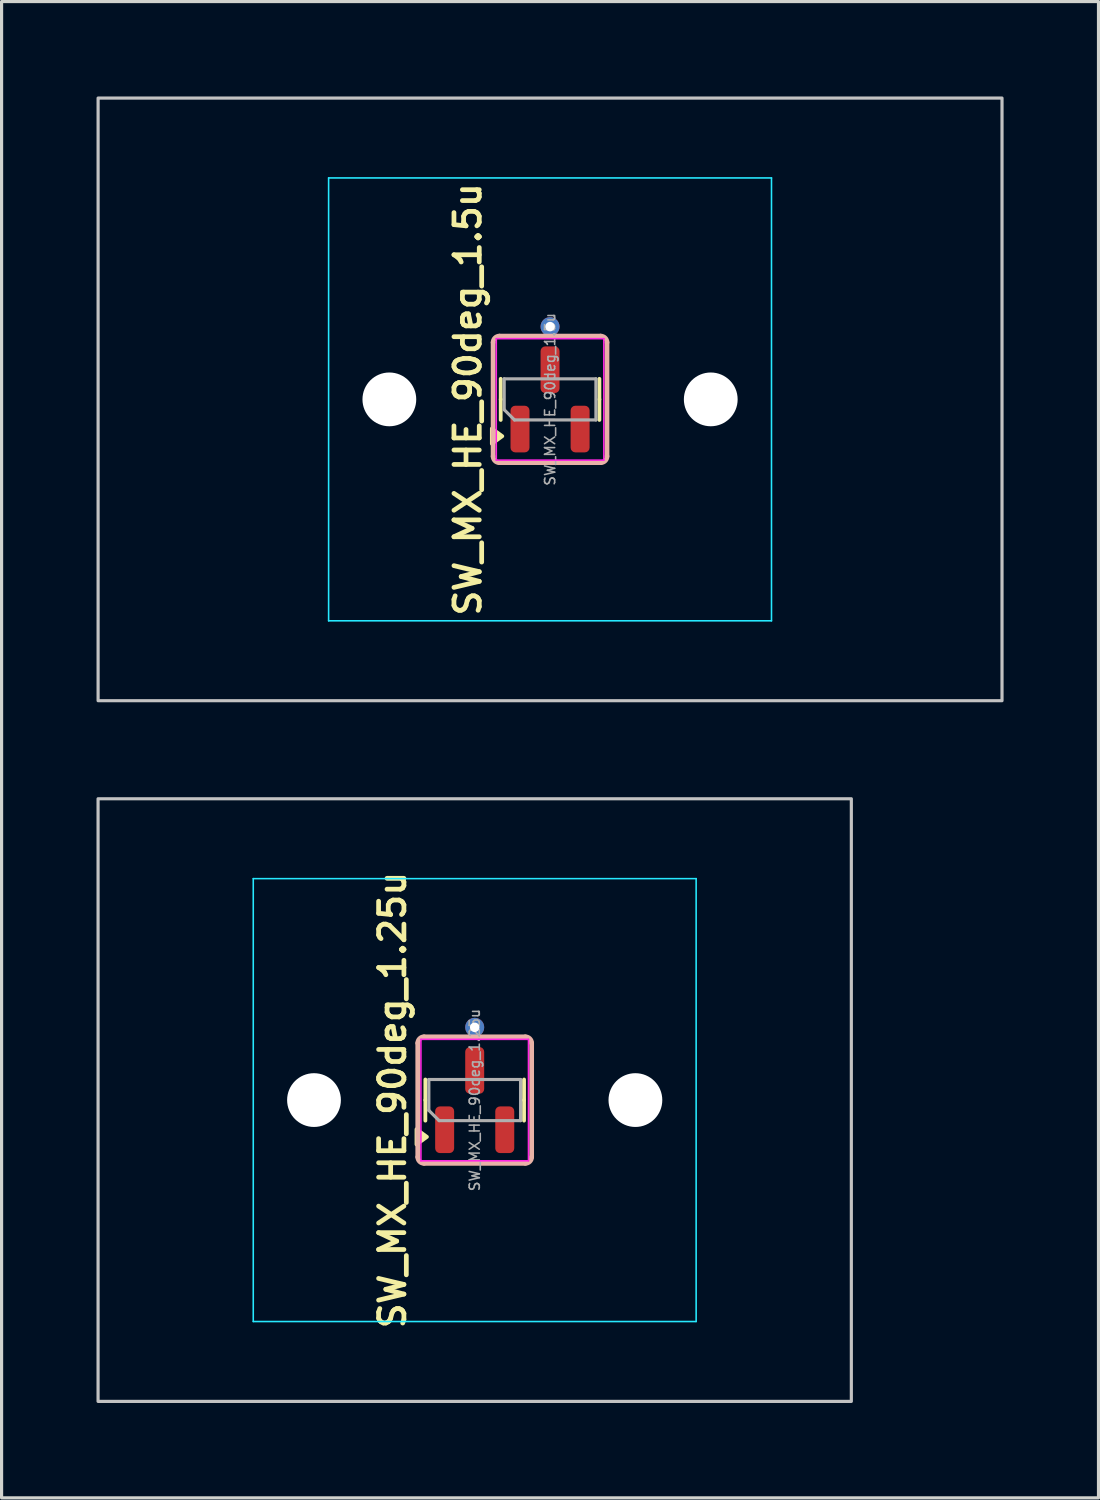
<source format=kicad_pcb>
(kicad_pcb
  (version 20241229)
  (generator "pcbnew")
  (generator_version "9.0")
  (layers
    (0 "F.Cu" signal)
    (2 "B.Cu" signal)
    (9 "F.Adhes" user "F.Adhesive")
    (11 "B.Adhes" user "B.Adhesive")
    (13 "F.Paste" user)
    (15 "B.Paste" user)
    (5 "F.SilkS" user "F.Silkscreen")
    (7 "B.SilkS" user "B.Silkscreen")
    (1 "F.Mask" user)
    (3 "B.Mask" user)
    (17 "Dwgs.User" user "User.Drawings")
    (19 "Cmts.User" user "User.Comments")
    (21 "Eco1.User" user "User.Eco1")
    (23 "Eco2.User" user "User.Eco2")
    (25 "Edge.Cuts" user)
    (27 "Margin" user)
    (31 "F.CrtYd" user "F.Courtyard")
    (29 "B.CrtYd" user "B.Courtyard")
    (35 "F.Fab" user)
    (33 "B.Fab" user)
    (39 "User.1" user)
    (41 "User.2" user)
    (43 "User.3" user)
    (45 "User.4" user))
  (footprint "SW_MX_HE_90deg_1.5u"
    (layer "F.Cu")
    (at 14.338 9.575)
    (property "Reference" "SW_MX_HE_90deg_1.5u" (at -2.6 0 90) (layer "F.SilkS") (effects (font (size 0.8 0.8) (thickness 0.15))))
    (attr smd)
    (fp_line (start -1.56 0) (end -1.56 -0.65) (stroke (width 0.12) (type solid)) (layer "F.SilkS"))
    (fp_line (start -1.56 0) (end -1.56 0.65) (stroke (width 0.12) (type solid)) (layer "F.SilkS"))
    (fp_line (start 1.56 0) (end 1.56 -0.65) (stroke (width 0.12) (type solid)) (layer "F.SilkS"))
    (fp_line (start 1.56 0) (end 1.56 0.65) (stroke (width 0.12) (type solid)) (layer "F.SilkS"))
    (fp_poly (pts (xy -1.51 1.163) (xy -1.84 1.403) (xy -1.84 0.922) (xy -1.51 1.163)) (stroke (width 0.12) (type solid)) (fill yes) (layer "F.SilkS"))
    (fp_line (start -1.8 -1.8) (end -1.8 1.8) (stroke (width 0.15) (type default)) (layer "B.SilkS"))
    (fp_line (start -1.6 2) (end 1.6 2) (stroke (width 0.15) (type default)) (layer "B.SilkS"))
    (fp_line (start 1.6 -2) (end -1.6 -2) (stroke (width 0.15) (type default)) (layer "B.SilkS"))
    (fp_line (start 1.8 1.8) (end 1.8 -1.8) (stroke (width 0.15) (type default)) (layer "B.SilkS"))
    (fp_arc (start -1.8 -1.8) (mid -1.741421 -1.941421) (end -1.6 -2) (stroke (width 0.15) (type default)) (layer "B.SilkS"))
    (fp_arc (start -1.6 2) (mid -1.741421 1.941421) (end -1.8 1.8) (stroke (width 0.15) (type default)) (layer "B.SilkS"))
    (fp_arc (start 1.6 -2) (mid 1.741421 -1.941421) (end 1.8 -1.8) (stroke (width 0.15) (type default)) (layer "B.SilkS"))
    (fp_arc (start 1.8 1.8) (mid 1.741421 1.941421) (end 1.6 2) (stroke (width 0.15) (type default)) (layer "B.SilkS"))
    (fp_rect (start -14.287 -9.525) (end 14.287 9.525) (stroke (width 0.1) (type default)) (fill no) (layer "Dwgs.User"))
    (fp_line (start -7 6.5) (end -7 -6.5) (stroke (width 0.05) (type solid)) (layer "Eco2.User"))
    (fp_line (start -6.5 -7) (end 6.5 -7) (stroke (width 0.05) (type solid)) (layer "Eco2.User"))
    (fp_line (start 6.5 7) (end -6.5 7) (stroke (width 0.05) (type solid)) (layer "Eco2.User"))
    (fp_line (start 7 -6.5) (end 7 6.5) (stroke (width 0.05) (type solid)) (layer "Eco2.User"))
    (fp_arc (start -7 -6.5) (mid -6.853553 -6.853553) (end -6.5 -7) (stroke (width 0.05) (type solid)) (layer "Eco2.User"))
    (fp_arc (start -6.5 7) (mid -6.853553 6.853553) (end -7 6.5) (stroke (width 0.05) (type solid)) (layer "Eco2.User"))
    (fp_arc (start 6.5 -7) (mid 6.853553 -6.853553) (end 7 -6.5) (stroke (width 0.05) (type solid)) (layer "Eco2.User"))
    (fp_arc (start 6.997236 6.498884) (mid 6.850789 6.852437) (end 6.497236 6.998884) (stroke (width 0.05) (type solid)) (layer "Eco2.User"))
    (fp_line (start -7 -7) (end -7 7) (stroke (width 0.05) (type solid)) (layer "B.CrtYd"))
    (fp_line (start -7 7) (end 7 7) (stroke (width 0.05) (type solid)) (layer "B.CrtYd"))
    (fp_line (start 7 -7) (end -7 -7) (stroke (width 0.05) (type solid)) (layer "B.CrtYd"))
    (fp_line (start 7 7) (end 7 -7) (stroke (width 0.05) (type solid)) (layer "B.CrtYd"))
    (fp_line (start -1.7 -1.92) (end -1.7 1.92) (stroke (width 0.05) (type solid)) (layer "F.CrtYd"))
    (fp_line (start -1.7 1.92) (end 1.7 1.92) (stroke (width 0.05) (type solid)) (layer "F.CrtYd"))
    (fp_line (start 1.7 -1.92) (end -1.7 -1.92) (stroke (width 0.05) (type solid)) (layer "F.CrtYd"))
    (fp_line (start 1.7 1.92) (end 1.7 -1.92) (stroke (width 0.05) (type solid)) (layer "F.CrtYd"))
    (fp_line (start -1.45 -0.65) (end 1.45 -0.65) (stroke (width 0.1) (type solid)) (layer "F.Fab"))
    (fp_line (start -1.45 0.325) (end -1.45 -0.65) (stroke (width 0.1) (type solid)) (layer "F.Fab"))
    (fp_line (start -1.125 0.65) (end -1.45 0.325) (stroke (width 0.1) (type solid)) (layer "F.Fab"))
    (fp_line (start 1.45 -0.65) (end 1.45 0.65) (stroke (width 0.1) (type solid)) (layer "F.Fab"))
    (fp_line (start 1.45 0.65) (end -1.125 0.65) (stroke (width 0.1) (type solid)) (layer "F.Fab"))
    (fp_text user "${REFERENCE}" (at 0 0 90) (layer "F.Fab") (effects (font (size 0.32 0.32) (thickness 0.05))))
    (pad "" np_thru_hole circle (at -5.08 0) (size 1.7 1.7) (drill 1.7) (layers "*.Cu" "*.Mask"))
    (pad "" np_thru_hole circle (at 5.08 0) (size 1.7 1.7) (drill 1.7) (layers "*.Cu" "*.Mask"))
    (pad "1" smd roundrect (at -0.95 0.938 90) (size 1.475 0.6) (layers "F.Cu" "F.Mask" "F.Paste") (roundrect_rratio 0.25))
    (pad "2" smd roundrect (at 0.95 0.938 90) (size 1.475 0.6) (layers "F.Cu" "F.Mask" "F.Paste") (roundrect_rratio 0.25))
    (pad "3" thru_hole circle (at 0 -2.3 90) (size 0.6 0.6) (drill 0.3) (layers "*.Cu"))
    (pad "3" smd roundrect (at 0 -0.938 90) (size 1.475 0.6) (layers "F.Cu" "F.Mask" "F.Paste") (roundrect_rratio 0.25))
    (zone (net_name "") (layer "F.Cu") (name "HE keepout_bot") (hatch edge 0.5) (connect_pads) (min_thickness 0.25) (filled_areas_thickness no) (keepout (tracks allowed) (vias allowed) (pads allowed) (copperpour not_allowed) (footprints allowed)) (placement (enabled no)) (fill) (polygon (pts (arc (start 12.7375 7.575) (mid 12.596079 7.633579) (end 12.5375 7.775)) (arc (start 12.5375 11.375) (mid 12.596079 11.516421) (end 12.7375 11.575)) (arc (start 15.9375 11.575) (mid 16.078921 11.516421) (end 16.1375 11.375)) (arc (start 16.1375 7.775) (mid 16.078921 7.633579) (end 15.9375 7.575)) (arc (start 14.8375 7.575) (mid 14.696079 7.633579) (end 14.6375 7.775)) (arc (start 14.6375 9.175) (mid 14.578921 9.316421) (end 14.4375 9.375)) (arc (start 14.2375 9.375) (mid 14.096079 9.316421) (end 14.0375 9.175)) (arc (start 14.0375 7.775) (mid 13.978921 7.633579) (end 13.8375 7.575)))))
    (zone (net_name "") (layer "In1.Cu") (name "HE keepout_top") (hatch edge 0.5) (connect_pads) (min_thickness 0.25) (filled_areas_thickness no) (keepout (tracks allowed) (vias allowed) (pads allowed) (copperpour not_allowed) (footprints allowed)) (placement (enabled no)) (fill) (polygon (pts (arc (start 12.7375 7.575) (mid 12.596079 7.633579) (end 12.5375 7.775)) (arc (start 12.5375 11.375) (mid 12.596079 11.516421) (end 12.7375 11.575)) (arc (start 15.9375 11.575) (mid 16.078921 11.516421) (end 16.1375 11.375)) (arc (start 16.1375 7.775) (mid 16.078921 7.633579) (end 15.9375 7.575))))))
  (footprint "SW_MX_HE_90deg_1.25u"
    (layer "F.Cu")
    (at 11.956 31.725)
    (property "Reference" "SW_MX_HE_90deg_1.25u" (at -2.6 0 90) (layer "F.SilkS") (effects (font (size 0.8 0.8) (thickness 0.15))))
    (attr smd)
    (fp_line (start -1.56 0) (end -1.56 -0.65) (stroke (width 0.12) (type solid)) (layer "F.SilkS"))
    (fp_line (start -1.56 0) (end -1.56 0.65) (stroke (width 0.12) (type solid)) (layer "F.SilkS"))
    (fp_line (start 1.56 0) (end 1.56 -0.65) (stroke (width 0.12) (type solid)) (layer "F.SilkS"))
    (fp_line (start 1.56 0) (end 1.56 0.65) (stroke (width 0.12) (type solid)) (layer "F.SilkS"))
    (fp_poly (pts (xy -1.51 1.163) (xy -1.84 1.403) (xy -1.84 0.922) (xy -1.51 1.163)) (stroke (width 0.12) (type solid)) (fill yes) (layer "F.SilkS"))
    (fp_line (start -1.8 -1.8) (end -1.8 1.8) (stroke (width 0.15) (type default)) (layer "B.SilkS"))
    (fp_line (start -1.6 2) (end 1.6 2) (stroke (width 0.15) (type default)) (layer "B.SilkS"))
    (fp_line (start 1.6 -2) (end -1.6 -2) (stroke (width 0.15) (type default)) (layer "B.SilkS"))
    (fp_line (start 1.8 1.8) (end 1.8 -1.8) (stroke (width 0.15) (type default)) (layer "B.SilkS"))
    (fp_arc (start -1.8 -1.8) (mid -1.741421 -1.941421) (end -1.6 -2) (stroke (width 0.15) (type default)) (layer "B.SilkS"))
    (fp_arc (start -1.6 2) (mid -1.741421 1.941421) (end -1.8 1.8) (stroke (width 0.15) (type default)) (layer "B.SilkS"))
    (fp_arc (start 1.6 -2) (mid 1.741421 -1.941421) (end 1.8 -1.8) (stroke (width 0.15) (type default)) (layer "B.SilkS"))
    (fp_arc (start 1.8 1.8) (mid 1.741421 1.941421) (end 1.6 2) (stroke (width 0.15) (type default)) (layer "B.SilkS"))
    (fp_rect (start -11.906 -9.525) (end 11.906 9.525) (stroke (width 0.1) (type default)) (fill no) (layer "Dwgs.User"))
    (fp_line (start -7 6.5) (end -7 -6.5) (stroke (width 0.05) (type solid)) (layer "Eco2.User"))
    (fp_line (start -6.5 -7) (end 6.5 -7) (stroke (width 0.05) (type solid)) (layer "Eco2.User"))
    (fp_line (start 6.5 7) (end -6.5 7) (stroke (width 0.05) (type solid)) (layer "Eco2.User"))
    (fp_line (start 7 -6.5) (end 7 6.5) (stroke (width 0.05) (type solid)) (layer "Eco2.User"))
    (fp_arc (start -7 -6.5) (mid -6.853553 -6.853553) (end -6.5 -7) (stroke (width 0.05) (type solid)) (layer "Eco2.User"))
    (fp_arc (start -6.5 7) (mid -6.853553 6.853553) (end -7 6.5) (stroke (width 0.05) (type solid)) (layer "Eco2.User"))
    (fp_arc (start 6.5 -7) (mid 6.853553 -6.853553) (end 7 -6.5) (stroke (width 0.05) (type solid)) (layer "Eco2.User"))
    (fp_arc (start 6.997236 6.498884) (mid 6.850789 6.852437) (end 6.497236 6.998884) (stroke (width 0.05) (type solid)) (layer "Eco2.User"))
    (fp_line (start -7 -7) (end -7 7) (stroke (width 0.05) (type solid)) (layer "B.CrtYd"))
    (fp_line (start -7 7) (end 7 7) (stroke (width 0.05) (type solid)) (layer "B.CrtYd"))
    (fp_line (start 7 -7) (end -7 -7) (stroke (width 0.05) (type solid)) (layer "B.CrtYd"))
    (fp_line (start 7 7) (end 7 -7) (stroke (width 0.05) (type solid)) (layer "B.CrtYd"))
    (fp_line (start -1.7 -1.92) (end -1.7 1.92) (stroke (width 0.05) (type solid)) (layer "F.CrtYd"))
    (fp_line (start -1.7 1.92) (end 1.7 1.92) (stroke (width 0.05) (type solid)) (layer "F.CrtYd"))
    (fp_line (start 1.7 -1.92) (end -1.7 -1.92) (stroke (width 0.05) (type solid)) (layer "F.CrtYd"))
    (fp_line (start 1.7 1.92) (end 1.7 -1.92) (stroke (width 0.05) (type solid)) (layer "F.CrtYd"))
    (fp_line (start -1.45 -0.65) (end 1.45 -0.65) (stroke (width 0.1) (type solid)) (layer "F.Fab"))
    (fp_line (start -1.45 0.325) (end -1.45 -0.65) (stroke (width 0.1) (type solid)) (layer "F.Fab"))
    (fp_line (start -1.125 0.65) (end -1.45 0.325) (stroke (width 0.1) (type solid)) (layer "F.Fab"))
    (fp_line (start 1.45 -0.65) (end 1.45 0.65) (stroke (width 0.1) (type solid)) (layer "F.Fab"))
    (fp_line (start 1.45 0.65) (end -1.125 0.65) (stroke (width 0.1) (type solid)) (layer "F.Fab"))
    (fp_text user "${REFERENCE}" (at 0 0 90) (layer "F.Fab") (effects (font (size 0.32 0.32) (thickness 0.05))))
    (pad "" np_thru_hole circle (at -5.08 0) (size 1.7 1.7) (drill 1.7) (layers "*.Cu" "*.Mask"))
    (pad "" np_thru_hole circle (at 5.08 0) (size 1.7 1.7) (drill 1.7) (layers "*.Cu" "*.Mask"))
    (pad "1" smd roundrect (at -0.95 0.938 90) (size 1.475 0.6) (layers "F.Cu" "F.Mask" "F.Paste") (roundrect_rratio 0.25))
    (pad "2" smd roundrect (at 0.95 0.938 90) (size 1.475 0.6) (layers "F.Cu" "F.Mask" "F.Paste") (roundrect_rratio 0.25))
    (pad "3" thru_hole circle (at 0 -2.3 90) (size 0.6 0.6) (drill 0.3) (layers "*.Cu"))
    (pad "3" smd roundrect (at 0 -0.938 90) (size 1.475 0.6) (layers "F.Cu" "F.Mask" "F.Paste") (roundrect_rratio 0.25))
    (zone (net_name "") (layer "F.Cu") (name "HE keepout_bot") (hatch edge 0.5) (connect_pads) (min_thickness 0.25) (filled_areas_thickness no) (keepout (tracks allowed) (vias allowed) (pads allowed) (copperpour not_allowed) (footprints allowed)) (placement (enabled no)) (fill) (polygon (pts (arc (start 10.35625 29.725) (mid 10.214829 29.783579) (end 10.15625 29.925)) (arc (start 10.15625 33.525) (mid 10.214829 33.666421) (end 10.35625 33.725)) (arc (start 13.55625 33.725) (mid 13.697671 33.666421) (end 13.75625 33.525)) (arc (start 13.75625 29.925) (mid 13.697671 29.783579) (end 13.55625 29.725)) (arc (start 12.45625 29.725) (mid 12.314829 29.783579) (end 12.25625 29.925)) (arc (start 12.25625 31.325) (mid 12.197671 31.466421) (end 12.05625 31.525)) (arc (start 11.85625 31.525) (mid 11.714829 31.466421) (end 11.65625 31.325)) (arc (start 11.65625 29.925) (mid 11.597671 29.783579) (end 11.45625 29.725)))))
    (zone (net_name "") (layer "In1.Cu") (name "HE keepout_top") (hatch edge 0.5) (connect_pads) (min_thickness 0.25) (filled_areas_thickness no) (keepout (tracks allowed) (vias allowed) (pads allowed) (copperpour not_allowed) (footprints allowed)) (placement (enabled no)) (fill) (polygon (pts (arc (start 10.35625 29.725) (mid 10.214829 29.783579) (end 10.15625 29.925)) (arc (start 10.15625 33.525) (mid 10.214829 33.666421) (end 10.35625 33.725)) (arc (start 13.55625 33.725) (mid 13.697671 33.666421) (end 13.75625 33.525)) (arc (start 13.75625 29.925) (mid 13.697671 29.783579) (end 13.55625 29.725))))))
  (gr_rect
    (start -3 -3)
    (end 31.675 44.3)
    (stroke (width 0.1) (type default))
    (fill no)
    (layer "Edge.Cuts")))
</source>
